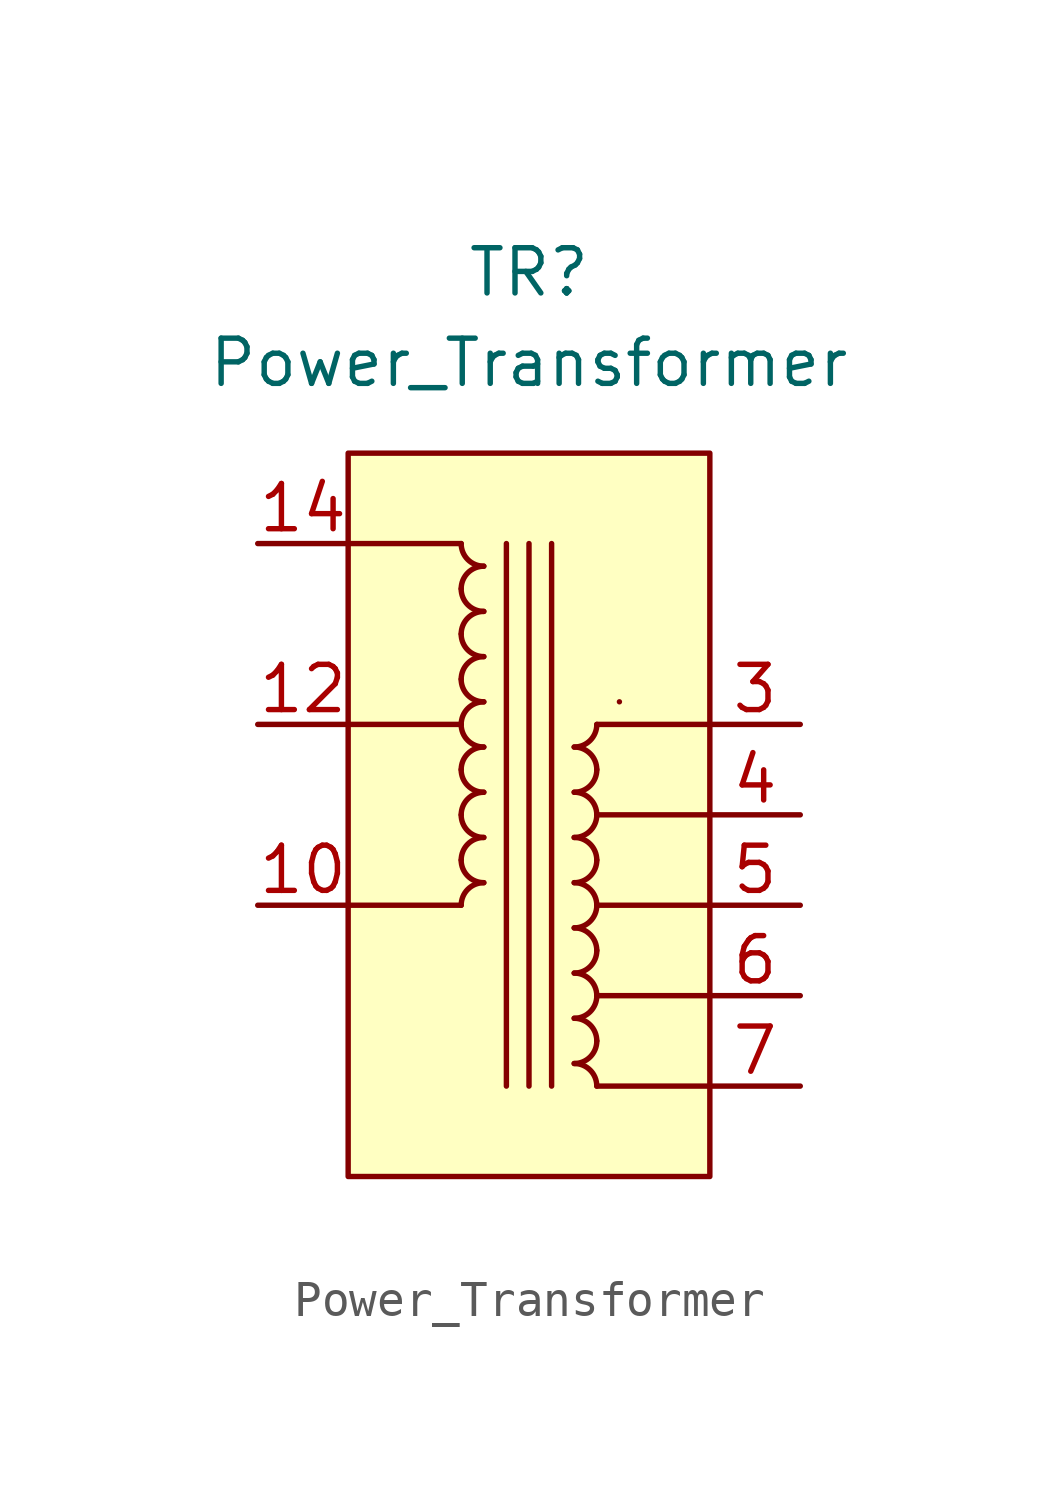
<source format=kicad_sym>
(kicad_symbol_lib
  (version 20211014)
  (generator kicad_symbol_editor)
  (symbol "Power_Transformer"
    (property "Reference" "TR"
      (at 0 15.24 0)
      (effects (font (size 1.27 1.27))))
    (property "Value" "Power_Transformer"
      (at 0 12.7 0)
      (effects (font (size 1.27 1.27))))
    (symbol "Power_Transformer_0_1"
      (rectangle (start -5.08 10.16) (end 5.08 -10.16) (stroke (width 0) (type default) (color 0 0 0 0)) (fill (type background)))
      (arc (start -1.905 -1.27) (mid -2.354 -2.354) (end -1.27 -1.905) (stroke (width 0) (type default) (color 0 0 0 0)) (fill (type none)))
      (arc (start -1.905 0) (mid -2.354 -1.084) (end -1.27 -0.635) (stroke (width 0) (type default) (color 0 0 0 0)) (fill (type none)))
      (arc (start -1.905 1.27) (mid -2.354 0.186) (end -1.27 0.635) (stroke (width 0) (type default) (color 0 0 0 0)) (fill (type none)))
      (arc (start -1.905 2.54) (mid -2.354 1.456) (end -1.27 1.905) (stroke (width 0) (type default) (color 0 0 0 0)) (fill (type none)))
      (arc (start -1.905 3.81) (mid -2.354 2.726) (end -1.27 3.175) (stroke (width 0) (type default) (color 0 0 0 0)) (fill (type none)))
      (arc (start -1.905 5.08) (mid -2.354 3.996) (end -1.27 4.445) (stroke (width 0) (type default) (color 0 0 0 0)) (fill (type none)))
      (arc (start -1.905 6.35) (mid -2.354 5.266) (end -1.27 5.715) (stroke (width 0) (type default) (color 0 0 0 0)) (fill (type none)))
      (arc (start -1.905 7.62) (mid -2.354 6.536) (end -1.27 6.985) (stroke (width 0) (type default) (color 0 0 0 0)) (fill (type none)))
      (arc (start -1.27 -1.905) (mid -2.354 -1.456) (end -1.905 -2.54) (stroke (width 0) (type default) (color 0 0 0 0)) (fill (type none)))
      (arc (start -1.27 -0.635) (mid -2.354 -0.186) (end -1.905 -1.27) (stroke (width 0) (type default) (color 0 0 0 0)) (fill (type none)))
      (arc (start -1.27 0.635) (mid -2.354 1.084) (end -1.905 0) (stroke (width 0) (type default) (color 0 0 0 0)) (fill (type none)))
      (arc (start -1.27 1.905) (mid -2.354 2.354) (end -1.905 1.27) (stroke (width 0) (type default) (color 0 0 0 0)) (fill (type none)))
      (arc (start -1.27 3.175) (mid -2.354 3.624) (end -1.905 2.54) (stroke (width 0) (type default) (color 0 0 0 0)) (fill (type none)))
      (arc (start -1.27 4.445) (mid -2.354 4.894) (end -1.905 3.81) (stroke (width 0) (type default) (color 0 0 0 0)) (fill (type none)))
      (arc (start -1.27 5.715) (mid -2.354 6.164) (end -1.905 5.08) (stroke (width 0) (type default) (color 0 0 0 0)) (fill (type none)))
      (arc (start -1.27 6.985) (mid -2.354 7.434) (end -1.905 6.35) (stroke (width 0) (type default) (color 0 0 0 0)) (fill (type none)))
      (polyline (pts (xy -5.08 7.62) (xy -1.905 7.62)) (stroke (width 0) (type default) (color 0 0 0 0)) (fill (type none)))
      (polyline (pts (xy -1.905 -2.54) (xy -5.08 -2.54)) (stroke (width 0) (type default) (color 0 0 0 0)) (fill (type none)))
      (polyline (pts (xy -1.905 2.54) (xy -5.08 2.54)) (stroke (width 0) (type default) (color 0 0 0 0)) (fill (type none)))
      (polyline (pts (xy -0.635 7.62) (xy -0.635 -7.62)) (stroke (width 0) (type default) (color 0 0 0 0)) (fill (type none)))
      (polyline (pts (xy 0 7.62) (xy 0 -7.62)) (stroke (width 0) (type default) (color 0 0 0 0)) (fill (type none)))
      (polyline (pts (xy 0.635 7.62) (xy 0.635 -7.62)) (stroke (width 0) (type default) (color 0 0 0 0)) (fill (type none)))
      (polyline (pts (xy 5.08 -7.62) (xy 1.905 -7.62)) (stroke (width 0) (type default) (color 0 0 0 0)) (fill (type none)))
      (polyline (pts (xy 5.08 -5.08) (xy 1.905 -5.08)) (stroke (width 0) (type default) (color 0 0 0 0)) (fill (type none)))
      (polyline (pts (xy 5.08 -2.54) (xy 1.905 -2.54)) (stroke (width 0) (type default) (color 0 0 0 0)) (fill (type none)))
      (polyline (pts (xy 5.08 0) (xy 1.905 0)) (stroke (width 0) (type default) (color 0 0 0 0)) (fill (type none)))
      (polyline (pts (xy 5.08 2.54) (xy 1.905 2.54)) (stroke (width 0) (type default) (color 0 0 0 0)) (fill (type none)))
      (arc (start 1.27 -6.985) (mid 2.354 -7.434) (end 1.905 -6.35) (stroke (width 0) (type default) (color 0 0 0 0)) (fill (type none)))
      (arc (start 1.27 -5.715) (mid 2.354 -6.164) (end 1.905 -5.08) (stroke (width 0) (type default) (color 0 0 0 0)) (fill (type none)))
      (arc (start 1.27 -4.445) (mid 2.354 -4.894) (end 1.905 -3.81) (stroke (width 0) (type default) (color 0 0 0 0)) (fill (type none)))
      (arc (start 1.27 -3.175) (mid 2.354 -3.624) (end 1.905 -2.54) (stroke (width 0) (type default) (color 0 0 0 0)) (fill (type none)))
      (arc (start 1.27 -1.905) (mid 2.354 -2.354) (end 1.905 -1.27) (stroke (width 0) (type default) (color 0 0 0 0)) (fill (type none)))
      (arc (start 1.27 -0.635) (mid 2.354 -1.084) (end 1.905 0) (stroke (width 0) (type default) (color 0 0 0 0)) (fill (type none)))
      (arc (start 1.27 0.635) (mid 2.354 0.186) (end 1.905 1.27) (stroke (width 0) (type default) (color 0 0 0 0)) (fill (type none)))
      (arc (start 1.27 1.905) (mid 2.354 1.456) (end 1.905 2.54) (stroke (width 0) (type default) (color 0 0 0 0)) (fill (type none)))
      (arc (start 1.905 -7.62) (mid 2.354 -6.536) (end 1.27 -6.985) (stroke (width 0) (type default) (color 0 0 0 0)) (fill (type none)))
      (arc (start 1.905 -6.35) (mid 2.354 -5.266) (end 1.27 -5.715) (stroke (width 0) (type default) (color 0 0 0 0)) (fill (type none)))
      (arc (start 1.905 -5.08) (mid 2.354 -3.996) (end 1.27 -4.445) (stroke (width 0) (type default) (color 0 0 0 0)) (fill (type none)))
      (arc (start 1.905 -3.81) (mid 2.354 -2.726) (end 1.27 -3.175) (stroke (width 0) (type default) (color 0 0 0 0)) (fill (type none)))
      (arc (start 1.905 -2.54) (mid 2.354 -1.456) (end 1.27 -1.905) (stroke (width 0) (type default) (color 0 0 0 0)) (fill (type none)))
      (arc (start 1.905 -1.27) (mid 2.354 -0.186) (end 1.27 -0.635) (stroke (width 0) (type default) (color 0 0 0 0)) (fill (type none)))
      (arc (start 1.905 0) (mid 2.354 1.084) (end 1.27 0.635) (stroke (width 0) (type default) (color 0 0 0 0)) (fill (type none)))
      (arc (start 1.905 1.27) (mid 2.354 2.354) (end 1.27 1.905) (stroke (width 0) (type default) (color 0 0 0 0)) (fill (type none)))
      (arc (start 2.54 3.175) (mid 2.54 3.175) (end 2.54 3.175) (stroke (width 0) (type default) (color 0 0 0 0)) (fill (type none))))
    (symbol "Power_Transformer_1_1"
      (pin passive line (at -7.62 -2.54 0) (length 2.54) (name "" (effects (font (size 1.27 1.27)))) (number "10" (effects (font (size 1.27 1.27)))))
      (pin passive line (at -7.62 2.54 0) (length 2.54) (name "" (effects (font (size 1.27 1.27)))) (number "12" (effects (font (size 1.27 1.27)))))
      (pin passive line (at -7.62 7.62 0) (length 2.54) (name "" (effects (font (size 1.27 1.27)))) (number "14" (effects (font (size 1.27 1.27)))))
      (pin passive line (at 7.62 2.54 180) (length 2.54) (name "" (effects (font (size 1.27 1.27)))) (number "3" (effects (font (size 1.27 1.27)))))
      (pin passive line (at 7.62 0 180) (length 2.54) (name "" (effects (font (size 1.27 1.27)))) (number "4" (effects (font (size 1.27 1.27)))))
      (pin passive line (at 7.62 -2.54 180) (length 2.54) (name "" (effects (font (size 1.27 1.27)))) (number "5" (effects (font (size 1.27 1.27)))))
      (pin passive line (at 7.62 -5.08 180) (length 2.54) (name "" (effects (font (size 1.27 1.27)))) (number "6" (effects (font (size 1.27 1.27)))))
      (pin passive line (at 7.62 -7.62 180) (length 2.54) (name "" (effects (font (size 1.27 1.27)))) (number "7" (effects (font (size 1.27 1.27))))))))
</source>
